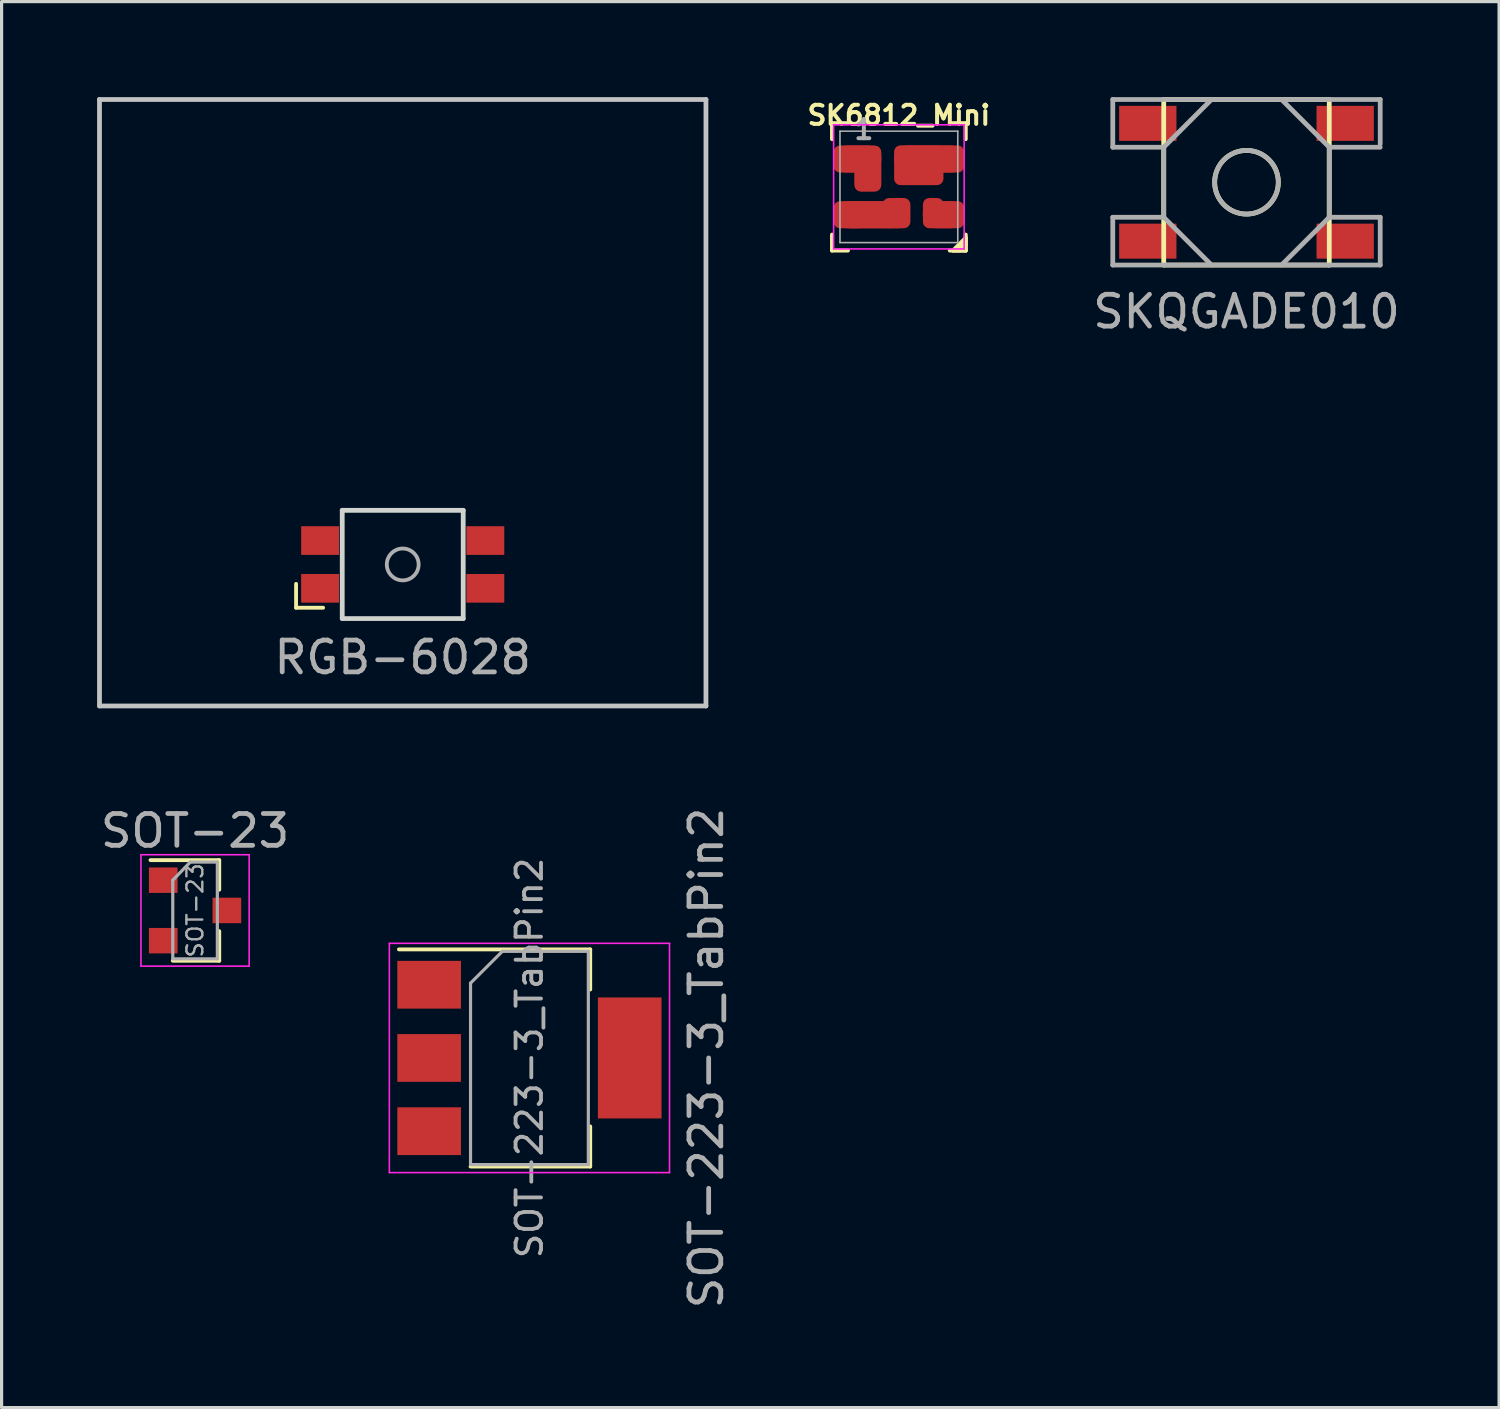
<source format=kicad_pcb>
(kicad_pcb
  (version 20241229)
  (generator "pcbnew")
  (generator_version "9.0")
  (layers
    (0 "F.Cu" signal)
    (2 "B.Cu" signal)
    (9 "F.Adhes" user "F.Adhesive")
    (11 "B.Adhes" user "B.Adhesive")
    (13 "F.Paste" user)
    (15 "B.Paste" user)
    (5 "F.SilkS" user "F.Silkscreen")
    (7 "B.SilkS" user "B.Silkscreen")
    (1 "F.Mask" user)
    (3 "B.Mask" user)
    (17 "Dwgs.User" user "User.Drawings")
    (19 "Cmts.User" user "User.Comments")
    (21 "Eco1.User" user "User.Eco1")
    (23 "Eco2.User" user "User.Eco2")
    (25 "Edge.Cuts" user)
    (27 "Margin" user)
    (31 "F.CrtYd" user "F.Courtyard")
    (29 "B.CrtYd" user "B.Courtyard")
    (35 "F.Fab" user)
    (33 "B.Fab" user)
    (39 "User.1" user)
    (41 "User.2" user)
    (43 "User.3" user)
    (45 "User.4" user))
  (footprint "SOT-23"
    (layer "F.Cu")
    (at 3.077 25.548)
    (property "Reference" "SOT-23" (at 0 -2.5 0) (layer "F.Fab") (effects (font (size 1 1) (thickness 0.15))))
    (attr smd)
    (fp_line (start 0.76 -1.58) (end -1.4 -1.58) (stroke (width 0.12) (type solid)) (layer "F.SilkS"))
    (fp_line (start 0.76 -1.58) (end 0.76 -0.65) (stroke (width 0.12) (type solid)) (layer "F.SilkS"))
    (fp_line (start 0.76 1.58) (end -0.7 1.58) (stroke (width 0.12) (type solid)) (layer "F.SilkS"))
    (fp_line (start 0.76 1.58) (end 0.76 0.65) (stroke (width 0.12) (type solid)) (layer "F.SilkS"))
    (fp_line (start -1.7 -1.75) (end 1.7 -1.75) (stroke (width 0.05) (type solid)) (layer "F.CrtYd"))
    (fp_line (start -1.7 1.75) (end -1.7 -1.75) (stroke (width 0.05) (type solid)) (layer "F.CrtYd"))
    (fp_line (start 1.7 -1.75) (end 1.7 1.75) (stroke (width 0.05) (type solid)) (layer "F.CrtYd"))
    (fp_line (start 1.7 1.75) (end -1.7 1.75) (stroke (width 0.05) (type solid)) (layer "F.CrtYd"))
    (fp_line (start -0.7 -0.95) (end -0.7 1.5) (stroke (width 0.1) (type solid)) (layer "F.Fab"))
    (fp_line (start -0.7 -0.95) (end -0.15 -1.52) (stroke (width 0.1) (type solid)) (layer "F.Fab"))
    (fp_line (start -0.7 1.52) (end 0.7 1.52) (stroke (width 0.1) (type solid)) (layer "F.Fab"))
    (fp_line (start -0.15 -1.52) (end 0.7 -1.52) (stroke (width 0.1) (type solid)) (layer "F.Fab"))
    (fp_line (start 0.7 -1.52) (end 0.7 1.52) (stroke (width 0.1) (type solid)) (layer "F.Fab"))
    (fp_text user "${REFERENCE}" (at 0 0 90) (layer "F.Fab") (effects (font (size 0.5 0.5) (thickness 0.075))))
    (pad "1" smd rect (at -1 -0.95) (size 0.9 0.8) (layers "F.Cu" "F.Mask" "F.Paste"))
    (pad "2" smd rect (at -1 0.95) (size 0.9 0.8) (layers "F.Cu" "F.Mask" "F.Paste"))
    (pad "3" smd rect (at 1 0) (size 0.9 0.8) (layers "F.Cu" "F.Mask" "F.Paste")))
  (footprint "SK6812_Mini"
    (layer "F.Cu")
    (at 25.185 2.82)
    (property "Reference" "SK6812_Mini" (at 0 -2.25 0) (layer "F.SilkS") (effects (font (size 0.6 0.6) (thickness 0.125))))
    (attr smd)
    (fp_line (start -2.1 -2) (end -2.1 -1.5) (stroke (width 0.125) (type solid)) (layer "F.SilkS"))
    (fp_line (start -2.1 -2) (end -1.6 -2) (stroke (width 0.125) (type solid)) (layer "F.SilkS"))
    (fp_line (start -2.1 2) (end -2.1 1.5) (stroke (width 0.125) (type solid)) (layer "F.SilkS"))
    (fp_line (start -2.1 2) (end -1.6 2) (stroke (width 0.125) (type solid)) (layer "F.SilkS"))
    (fp_line (start 1.7 2) (end 2.1 1.6) (stroke (width 0.125) (type solid)) (layer "F.SilkS"))
    (fp_line (start 2.1 -2) (end 1.6 -2) (stroke (width 0.125) (type solid)) (layer "F.SilkS"))
    (fp_line (start 2.1 -2) (end 2.1 -1.5) (stroke (width 0.125) (type solid)) (layer "F.SilkS"))
    (fp_line (start 2.1 1.6) (end 2.1 2) (stroke (width 0.125) (type solid)) (layer "F.SilkS"))
    (fp_line (start 2.1 1.7) (end 1.8 2) (stroke (width 0.125) (type solid)) (layer "F.SilkS"))
    (fp_line (start 2.1 1.8) (end 1.9 2) (stroke (width 0.125) (type solid)) (layer "F.SilkS"))
    (fp_line (start 2.1 2) (end 1.6 2) (stroke (width 0.125) (type solid)) (layer "F.SilkS"))
    (fp_line (start 2.1 2) (end 1.7 2) (stroke (width 0.125) (type solid)) (layer "F.SilkS"))
    (fp_line (start 2.1 2) (end 2.1 1.5) (stroke (width 0.125) (type solid)) (layer "F.SilkS"))
    (fp_line (start -2.05 -1.95) (end 2.05 -1.95) (stroke (width 0.05) (type solid)) (layer "F.CrtYd"))
    (fp_line (start -2.05 1.95) (end -2.05 -1.95) (stroke (width 0.05) (type solid)) (layer "F.CrtYd"))
    (fp_line (start 2.05 -1.95) (end 2.05 1.95) (stroke (width 0.05) (type solid)) (layer "F.CrtYd"))
    (fp_line (start 2.05 1.95) (end -2.05 1.95) (stroke (width 0.05) (type solid)) (layer "F.CrtYd"))
    (fp_line (start -1.85 -1.75) (end 1.85 -1.75) (stroke (width 0.05) (type solid)) (layer "F.Fab"))
    (fp_line (start -1.85 1.75) (end -1.85 -1.75) (stroke (width 0.05) (type solid)) (layer "F.Fab"))
    (fp_line (start 1.85 -1.75) (end 1.85 1.75) (stroke (width 0.05) (type solid)) (layer "F.Fab"))
    (fp_line (start 1.85 1.75) (end -1.85 1.75) (stroke (width 0.05) (type solid)) (layer "F.Fab"))
    (fp_text user "1" (at -1.1 -1.8 0) (layer "F.Fab") (effects (font (size 0.6 0.6) (thickness 0.125))))
    (pad "1" smd roundrect (at -1.55 -0.875) (size 1 0.85) (layers "F.Cu" "F.Mask") (roundrect_rratio 0.235))
    (pad "1" smd oval (at -1.3 -0.875) (size 1.5 0.85) (layers "F.Cu" "F.Paste"))
    (pad "1" smd roundrect (at -0.975 -0.575) (size 0.85 1.45) (layers "F.Cu" "F.Mask") (roundrect_rratio 0.25))
    (pad "2" smd roundrect (at -1.55 0.875) (size 1 0.85) (layers "F.Cu" "F.Mask") (roundrect_rratio 0.235))
    (pad "2" smd oval (at -0.95 0.875) (size 2.2 0.85) (layers "F.Cu" "F.Paste"))
    (pad "2" smd rect (at -0.75 0.875) (size 1.6 0.85) (layers "F.Cu" "F.Mask"))
    (pad "2" smd roundrect (at -0.075 0.825) (size 0.875 0.95) (layers "F.Cu" "F.Mask") (roundrect_rratio 0.235))
    (pad "3" smd roundrect (at 1.08 0.825) (size 0.65 0.95) (layers "F.Cu" "F.Mask") (roundrect_rratio 0.307))
    (pad "3" smd oval (at 1.4 0.875) (size 1.3 0.85) (layers "F.Cu" "F.Paste"))
    (pad "3" smd roundrect (at 1.55 0.875) (size 1 0.85) (layers "F.Cu" "F.Mask") (roundrect_rratio 0.235))
    (pad "4" smd roundrect (at 0.625 -0.68) (size 1.55 1.25) (layers "F.Cu" "F.Mask") (roundrect_rratio 0.16))
    (pad "4" smd oval (at 0.95 -0.875) (size 2.2 0.85) (layers "F.Cu" "F.Paste"))
    (pad "4" smd roundrect (at 1.55 -0.875) (size 1 0.85) (layers "F.Cu" "F.Mask") (roundrect_rratio 0.235)))
  (footprint "SKQGADE010"
    (layer "F.Cu")
    (at 36.104 2.675)
    (property "Reference" "SKQGADE010" (at 0 4.064 0) (layer "F.Fab") (effects (font (size 1 1) (thickness 0.15))))
    (attr smd)
    (fp_line (start -2.6 -2.6) (end 2.6 -2.6) (stroke (width 0.15) (type solid)) (layer "F.SilkS"))
    (fp_line (start -2.6 2.6) (end -2.6 -2.6) (stroke (width 0.15) (type solid)) (layer "F.SilkS"))
    (fp_line (start 2.6 -2.6) (end 2.6 2.6) (stroke (width 0.15) (type solid)) (layer "F.SilkS"))
    (fp_line (start 2.6 2.6) (end -2.6 2.6) (stroke (width 0.15) (type solid)) (layer "F.SilkS"))
    (fp_circle (center 0 0) (end 1 0) (stroke (width 0.15) (type solid)) (fill no) (layer "F.SilkS"))
    (fp_line (start -4.2 -2.6) (end 4.2 -2.6) (stroke (width 0.15) (type solid)) (layer "F.Fab"))
    (fp_line (start -4.2 -1.1) (end -4.2 -2.6) (stroke (width 0.15) (type solid)) (layer "F.Fab"))
    (fp_line (start -4.2 1.1) (end -2.6 1.1) (stroke (width 0.15) (type solid)) (layer "F.Fab"))
    (fp_line (start -4.2 2.6) (end -4.2 1.1) (stroke (width 0.15) (type solid)) (layer "F.Fab"))
    (fp_line (start -2.6 -1.1) (end -4.2 -1.1) (stroke (width 0.15) (type solid)) (layer "F.Fab"))
    (fp_line (start -2.6 -1.1) (end -1.1 -2.6) (stroke (width 0.15) (type solid)) (layer "F.Fab"))
    (fp_line (start -2.6 1.1) (end -2.6 -1.1) (stroke (width 0.15) (type solid)) (layer "F.Fab"))
    (fp_line (start -2.6 1.1) (end -1.1 2.6) (stroke (width 0.15) (type solid)) (layer "F.Fab"))
    (fp_line (start 2.6 -1.1) (end 1.1 -2.6) (stroke (width 0.15) (type solid)) (layer "F.Fab"))
    (fp_line (start 2.6 -1.1) (end 2.6 1.1) (stroke (width 0.15) (type solid)) (layer "F.Fab"))
    (fp_line (start 2.6 1.1) (end 1.1 2.6) (stroke (width 0.15) (type solid)) (layer "F.Fab"))
    (fp_line (start 2.6 1.1) (end 4.2 1.1) (stroke (width 0.15) (type solid)) (layer "F.Fab"))
    (fp_line (start 4.2 -2.6) (end 4.2 -1.2) (stroke (width 0.15) (type solid)) (layer "F.Fab"))
    (fp_line (start 4.2 -1.1) (end 2.6 -1.1) (stroke (width 0.15) (type solid)) (layer "F.Fab"))
    (fp_line (start 4.2 1.1) (end 4.2 2.6) (stroke (width 0.15) (type solid)) (layer "F.Fab"))
    (fp_line (start 4.2 2.6) (end -4.2 2.6) (stroke (width 0.15) (type solid)) (layer "F.Fab"))
    (fp_circle (center 0 0) (end 1 0) (stroke (width 0.15) (type solid)) (fill no) (layer "F.Fab"))
    (pad "1" smd rect (at 3.1 1.85) (size 1.8 1.1) (layers "F.Cu" "F.Mask" "F.Paste"))
    (pad "2" smd rect (at -3.1 -1.85) (size 1.8 1.1) (layers "F.Cu" "F.Mask" "F.Paste"))
    (pad "3" smd rect (at 3.1 -1.85) (size 1.8 1.1) (layers "F.Cu" "F.Mask" "F.Paste"))
    (pad "4" smd rect (at -3.1 1.85) (size 1.8 1.1) (layers "F.Cu" "F.Mask" "F.Paste")))
  (footprint "SOT-223-3_TabPin2"
    (layer "F.Cu")
    (at 13.58 30.182)
    (property "Reference" "SOT-223-3_TabPin2" (at 5.556 0 270) (layer "F.Fab") (effects (font (size 1 1) (thickness 0.15))))
    (attr smd)
    (fp_line (start -4.1 -3.41) (end 1.91 -3.41) (stroke (width 0.12) (type solid)) (layer "F.SilkS"))
    (fp_line (start -1.85 3.41) (end 1.91 3.41) (stroke (width 0.12) (type solid)) (layer "F.SilkS"))
    (fp_line (start 1.91 -3.41) (end 1.91 -2.15) (stroke (width 0.12) (type solid)) (layer "F.SilkS"))
    (fp_line (start 1.91 3.41) (end 1.91 2.15) (stroke (width 0.12) (type solid)) (layer "F.SilkS"))
    (fp_line (start -4.4 -3.6) (end -4.4 3.6) (stroke (width 0.05) (type solid)) (layer "F.CrtYd"))
    (fp_line (start -4.4 3.6) (end 4.4 3.6) (stroke (width 0.05) (type solid)) (layer "F.CrtYd"))
    (fp_line (start 4.4 -3.6) (end -4.4 -3.6) (stroke (width 0.05) (type solid)) (layer "F.CrtYd"))
    (fp_line (start 4.4 3.6) (end 4.4 -3.6) (stroke (width 0.05) (type solid)) (layer "F.CrtYd"))
    (fp_line (start -1.85 -2.35) (end -1.85 3.35) (stroke (width 0.1) (type solid)) (layer "F.Fab"))
    (fp_line (start -1.85 -2.35) (end -0.85 -3.35) (stroke (width 0.1) (type solid)) (layer "F.Fab"))
    (fp_line (start -1.85 3.35) (end 1.85 3.35) (stroke (width 0.1) (type solid)) (layer "F.Fab"))
    (fp_line (start -0.85 -3.35) (end 1.85 -3.35) (stroke (width 0.1) (type solid)) (layer "F.Fab"))
    (fp_line (start 1.85 -3.35) (end 1.85 3.35) (stroke (width 0.1) (type solid)) (layer "F.Fab"))
    (fp_text user "${REFERENCE}" (at 0 0 90) (layer "F.Fab") (effects (font (size 0.8 0.8) (thickness 0.12))))
    (pad "1" smd rect (at -3.15 -2.3) (size 2 1.5) (layers "F.Cu" "F.Mask" "F.Paste"))
    (pad "2" smd rect (at -3.15 0) (size 2 1.5) (layers "F.Cu" "F.Mask" "F.Paste"))
    (pad "2" smd rect (at 3.15 0) (size 2 3.8) (layers "F.Cu" "F.Mask" "F.Paste"))
    (pad "3" smd rect (at -3.15 2.3) (size 2 1.5) (layers "F.Cu" "F.Mask" "F.Paste")))
  (footprint "RGB-6028"
    (layer "F.Cu")
    (at 9.6 9.6)
    (property "Reference" "RGB-6028" (at 0 8 180) (layer "F.Fab") (effects (font (size 1 1) (thickness 0.15))))
    (attr smd)
    (fp_line (start -3.35 6.44) (end -3.35 5.69) (stroke (width 0.12) (type solid)) (layer "F.SilkS"))
    (fp_line (start -2.5 6.44) (end -3.35 6.44) (stroke (width 0.12) (type solid)) (layer "F.SilkS"))
    (fp_line (start -9.525 -9.525) (end 9.525 -9.525) (stroke (width 0.15) (type solid)) (layer "Dwgs.User"))
    (fp_line (start -9.525 9.525) (end -9.525 -9.525) (stroke (width 0.15) (type solid)) (layer "Dwgs.User"))
    (fp_line (start 9.525 -9.525) (end 9.525 9.525) (stroke (width 0.15) (type solid)) (layer "Dwgs.User"))
    (fp_line (start 9.525 9.525) (end -9.525 9.525) (stroke (width 0.15) (type solid)) (layer "Dwgs.User"))
    (fp_line (start -1.9 3.38) (end -1.9 6.78) (stroke (width 0.15) (type solid)) (layer "Edge.Cuts"))
    (fp_line (start 1.9 3.38) (end -1.9 3.38) (stroke (width 0.15) (type solid)) (layer "Edge.Cuts"))
    (fp_line (start 1.9 3.38) (end 1.9 6.78) (stroke (width 0.15) (type solid)) (layer "Edge.Cuts"))
    (fp_line (start 1.9 6.78) (end -1.9 6.78) (stroke (width 0.15) (type solid)) (layer "Edge.Cuts"))
    (fp_circle (center 0 5.08) (end 0.5 5.08) (stroke (width 0.12) (type solid)) (fill no) (layer "F.Fab"))
    (pad "1" smd rect (at 2.595 4.33) (size 1.19 0.9) (layers "F.Cu" "F.Mask" "F.Paste"))
    (pad "2" smd rect (at 2.595 5.83) (size 1.19 0.9) (layers "F.Cu" "F.Mask" "F.Paste"))
    (pad "3" smd rect (at -2.595 5.83) (size 1.19 0.9) (layers "F.Cu" "F.Mask" "F.Paste"))
    (pad "4" smd rect (at -2.595 4.33) (size 1.19 0.9) (layers "F.Cu" "F.Mask" "F.Paste")))
  (gr_rect
    (start -3 -3)
    (end 44.038 41.164)
    (stroke (width 0.1) (type default))
    (fill no)
    (layer "Edge.Cuts")))
</source>
